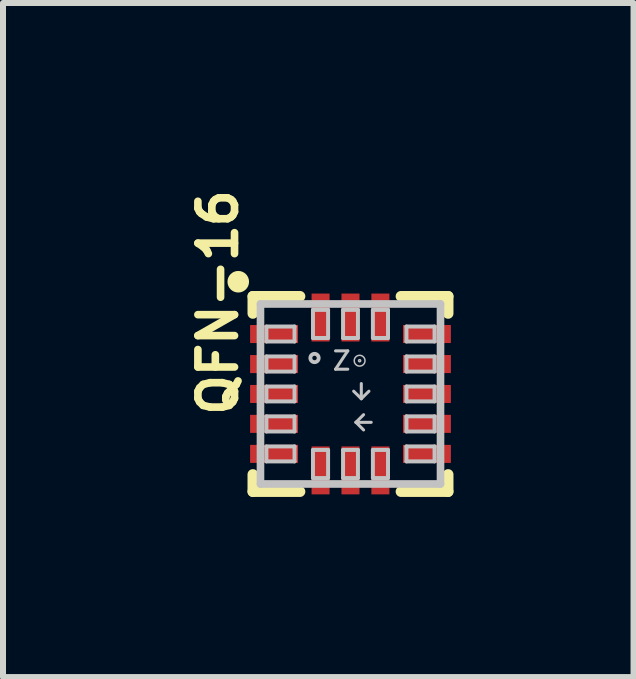
<source format=kicad_pcb>
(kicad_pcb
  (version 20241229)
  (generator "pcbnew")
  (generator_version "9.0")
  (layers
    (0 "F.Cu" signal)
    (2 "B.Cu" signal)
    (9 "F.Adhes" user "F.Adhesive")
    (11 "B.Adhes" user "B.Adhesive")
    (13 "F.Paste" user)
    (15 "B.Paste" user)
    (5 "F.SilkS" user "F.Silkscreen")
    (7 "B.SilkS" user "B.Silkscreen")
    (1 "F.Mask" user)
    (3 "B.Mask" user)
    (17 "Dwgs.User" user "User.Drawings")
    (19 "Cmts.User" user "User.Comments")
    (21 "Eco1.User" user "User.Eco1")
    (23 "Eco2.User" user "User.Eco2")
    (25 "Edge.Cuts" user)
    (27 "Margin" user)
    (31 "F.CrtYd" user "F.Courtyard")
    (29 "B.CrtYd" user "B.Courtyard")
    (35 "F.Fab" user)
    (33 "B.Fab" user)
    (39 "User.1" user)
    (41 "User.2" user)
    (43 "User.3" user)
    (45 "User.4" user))
  (footprint "QFN-16"
    (layer "F.Cu")
    (at 2.787 3.511)
    (property "Reference" "QFN-16" (at -2.207 -1.524 90) (layer "F.SilkS") (effects (font (size 0.61 0.61) (thickness 0.127))))
    (attr smd)
    (fp_line (start -1.626 -1.626) (end -0.841 -1.626) (stroke (width 0.178) (type solid)) (layer "F.SilkS"))
    (fp_line (start -1.626 -1.341) (end -1.626 -1.626) (stroke (width 0.178) (type solid)) (layer "F.SilkS"))
    (fp_line (start -1.626 1.341) (end -1.626 1.626) (stroke (width 0.178) (type solid)) (layer "F.SilkS"))
    (fp_line (start -1.626 1.626) (end -0.841 1.626) (stroke (width 0.178) (type solid)) (layer "F.SilkS"))
    (fp_line (start 1.626 -1.626) (end 0.841 -1.626) (stroke (width 0.178) (type solid)) (layer "F.SilkS"))
    (fp_line (start 1.626 -1.341) (end 1.626 -1.626) (stroke (width 0.178) (type solid)) (layer "F.SilkS"))
    (fp_line (start 1.626 1.341) (end 1.626 1.626) (stroke (width 0.178) (type solid)) (layer "F.SilkS"))
    (fp_line (start 1.626 1.626) (end 0.841 1.626) (stroke (width 0.178) (type solid)) (layer "F.SilkS"))
    (fp_circle (center -1.869 -1.869) (end -1.996 -1.996) (stroke (width 0) (type solid)) (fill yes) (layer "F.SilkS"))
    (fp_line (start -1.499 -1.499) (end 1.499 -1.499) (stroke (width 0.127) (type solid)) (layer "Dwgs.User"))
    (fp_line (start -1.499 1.499) (end -1.499 -1.499) (stroke (width 0.127) (type solid)) (layer "Dwgs.User"))
    (fp_line (start -1.4 -1.123) (end -0.932 -1.123) (stroke (width 0.066) (type solid)) (layer "Dwgs.User"))
    (fp_line (start -1.4 -0.874) (end -1.4 -1.123) (stroke (width 0.066) (type solid)) (layer "Dwgs.User"))
    (fp_line (start -1.4 -0.874) (end -0.932 -0.874) (stroke (width 0.066) (type solid)) (layer "Dwgs.User"))
    (fp_line (start -1.4 -0.625) (end -0.932 -0.625) (stroke (width 0.066) (type solid)) (layer "Dwgs.User"))
    (fp_line (start -1.4 -0.373) (end -1.4 -0.625) (stroke (width 0.066) (type solid)) (layer "Dwgs.User"))
    (fp_line (start -1.4 -0.373) (end -0.932 -0.373) (stroke (width 0.066) (type solid)) (layer "Dwgs.User"))
    (fp_line (start -1.4 -0.124) (end -0.932 -0.124) (stroke (width 0.066) (type solid)) (layer "Dwgs.User"))
    (fp_line (start -1.4 0.124) (end -1.4 -0.124) (stroke (width 0.066) (type solid)) (layer "Dwgs.User"))
    (fp_line (start -1.4 0.124) (end -0.932 0.124) (stroke (width 0.066) (type solid)) (layer "Dwgs.User"))
    (fp_line (start -1.4 0.373) (end -0.932 0.373) (stroke (width 0.066) (type solid)) (layer "Dwgs.User"))
    (fp_line (start -1.4 0.625) (end -1.4 0.373) (stroke (width 0.066) (type solid)) (layer "Dwgs.User"))
    (fp_line (start -1.4 0.625) (end -0.932 0.625) (stroke (width 0.066) (type solid)) (layer "Dwgs.User"))
    (fp_line (start -1.4 0.874) (end -0.932 0.874) (stroke (width 0.066) (type solid)) (layer "Dwgs.User"))
    (fp_line (start -1.4 1.123) (end -1.4 0.874) (stroke (width 0.066) (type solid)) (layer "Dwgs.User"))
    (fp_line (start -1.4 1.123) (end -0.932 1.123) (stroke (width 0.066) (type solid)) (layer "Dwgs.User"))
    (fp_line (start -0.932 -0.874) (end -0.932 -1.123) (stroke (width 0.066) (type solid)) (layer "Dwgs.User"))
    (fp_line (start -0.932 -0.373) (end -0.932 -0.625) (stroke (width 0.066) (type solid)) (layer "Dwgs.User"))
    (fp_line (start -0.932 0.124) (end -0.932 -0.124) (stroke (width 0.066) (type solid)) (layer "Dwgs.User"))
    (fp_line (start -0.932 0.625) (end -0.932 0.373) (stroke (width 0.066) (type solid)) (layer "Dwgs.User"))
    (fp_line (start -0.932 1.123) (end -0.932 0.874) (stroke (width 0.066) (type solid)) (layer "Dwgs.User"))
    (fp_line (start -0.625 -1.4) (end -0.373 -1.4) (stroke (width 0.066) (type solid)) (layer "Dwgs.User"))
    (fp_line (start -0.625 -0.932) (end -0.625 -1.4) (stroke (width 0.066) (type solid)) (layer "Dwgs.User"))
    (fp_line (start -0.625 -0.932) (end -0.373 -0.932) (stroke (width 0.066) (type solid)) (layer "Dwgs.User"))
    (fp_line (start -0.625 0.932) (end -0.373 0.932) (stroke (width 0.066) (type solid)) (layer "Dwgs.User"))
    (fp_line (start -0.625 1.4) (end -0.625 0.932) (stroke (width 0.066) (type solid)) (layer "Dwgs.User"))
    (fp_line (start -0.625 1.4) (end -0.373 1.4) (stroke (width 0.066) (type solid)) (layer "Dwgs.User"))
    (fp_line (start -0.373 -0.932) (end -0.373 -1.4) (stroke (width 0.066) (type solid)) (layer "Dwgs.User"))
    (fp_line (start -0.373 1.4) (end -0.373 0.932) (stroke (width 0.066) (type solid)) (layer "Dwgs.User"))
    (fp_line (start -0.124 -1.4) (end 0.124 -1.4) (stroke (width 0.066) (type solid)) (layer "Dwgs.User"))
    (fp_line (start -0.124 -0.932) (end -0.124 -1.4) (stroke (width 0.066) (type solid)) (layer "Dwgs.User"))
    (fp_line (start -0.124 -0.932) (end 0.124 -0.932) (stroke (width 0.066) (type solid)) (layer "Dwgs.User"))
    (fp_line (start -0.124 0.932) (end 0.124 0.932) (stroke (width 0.066) (type solid)) (layer "Dwgs.User"))
    (fp_line (start -0.124 1.4) (end -0.124 0.932) (stroke (width 0.066) (type solid)) (layer "Dwgs.User"))
    (fp_line (start -0.124 1.4) (end 0.124 1.4) (stroke (width 0.066) (type solid)) (layer "Dwgs.User"))
    (fp_line (start 0.091 0.472) (end 0.218 0.345) (stroke (width 0.051) (type solid)) (layer "Dwgs.User"))
    (fp_line (start 0.091 0.472) (end 0.218 0.599) (stroke (width 0.051) (type solid)) (layer "Dwgs.User"))
    (fp_line (start 0.124 -0.932) (end 0.124 -1.4) (stroke (width 0.066) (type solid)) (layer "Dwgs.User"))
    (fp_line (start 0.124 1.4) (end 0.124 0.932) (stroke (width 0.066) (type solid)) (layer "Dwgs.User"))
    (fp_line (start 0.18 -0.173) (end 0.18 0.079) (stroke (width 0.051) (type solid)) (layer "Dwgs.User"))
    (fp_line (start 0.18 0.079) (end 0.053 -0.046) (stroke (width 0.051) (type solid)) (layer "Dwgs.User"))
    (fp_line (start 0.18 0.079) (end 0.307 -0.046) (stroke (width 0.051) (type solid)) (layer "Dwgs.User"))
    (fp_line (start 0.345 0.472) (end 0.091 0.472) (stroke (width 0.051) (type solid)) (layer "Dwgs.User"))
    (fp_line (start 0.373 -1.4) (end 0.625 -1.4) (stroke (width 0.066) (type solid)) (layer "Dwgs.User"))
    (fp_line (start 0.373 -0.932) (end 0.373 -1.4) (stroke (width 0.066) (type solid)) (layer "Dwgs.User"))
    (fp_line (start 0.373 -0.932) (end 0.625 -0.932) (stroke (width 0.066) (type solid)) (layer "Dwgs.User"))
    (fp_line (start 0.373 0.932) (end 0.625 0.932) (stroke (width 0.066) (type solid)) (layer "Dwgs.User"))
    (fp_line (start 0.373 1.4) (end 0.373 0.932) (stroke (width 0.066) (type solid)) (layer "Dwgs.User"))
    (fp_line (start 0.373 1.4) (end 0.625 1.4) (stroke (width 0.066) (type solid)) (layer "Dwgs.User"))
    (fp_line (start 0.625 -0.932) (end 0.625 -1.4) (stroke (width 0.066) (type solid)) (layer "Dwgs.User"))
    (fp_line (start 0.625 1.4) (end 0.625 0.932) (stroke (width 0.066) (type solid)) (layer "Dwgs.User"))
    (fp_line (start 0.932 -1.123) (end 1.4 -1.123) (stroke (width 0.066) (type solid)) (layer "Dwgs.User"))
    (fp_line (start 0.932 -0.874) (end 0.932 -1.123) (stroke (width 0.066) (type solid)) (layer "Dwgs.User"))
    (fp_line (start 0.932 -0.874) (end 1.4 -0.874) (stroke (width 0.066) (type solid)) (layer "Dwgs.User"))
    (fp_line (start 0.932 -0.625) (end 1.4 -0.625) (stroke (width 0.066) (type solid)) (layer "Dwgs.User"))
    (fp_line (start 0.932 -0.373) (end 0.932 -0.625) (stroke (width 0.066) (type solid)) (layer "Dwgs.User"))
    (fp_line (start 0.932 -0.373) (end 1.4 -0.373) (stroke (width 0.066) (type solid)) (layer "Dwgs.User"))
    (fp_line (start 0.932 -0.124) (end 1.4 -0.124) (stroke (width 0.066) (type solid)) (layer "Dwgs.User"))
    (fp_line (start 0.932 0.124) (end 0.932 -0.124) (stroke (width 0.066) (type solid)) (layer "Dwgs.User"))
    (fp_line (start 0.932 0.124) (end 1.4 0.124) (stroke (width 0.066) (type solid)) (layer "Dwgs.User"))
    (fp_line (start 0.932 0.373) (end 1.4 0.373) (stroke (width 0.066) (type solid)) (layer "Dwgs.User"))
    (fp_line (start 0.932 0.625) (end 0.932 0.373) (stroke (width 0.066) (type solid)) (layer "Dwgs.User"))
    (fp_line (start 0.932 0.625) (end 1.4 0.625) (stroke (width 0.066) (type solid)) (layer "Dwgs.User"))
    (fp_line (start 0.932 0.874) (end 1.4 0.874) (stroke (width 0.066) (type solid)) (layer "Dwgs.User"))
    (fp_line (start 0.932 1.123) (end 0.932 0.874) (stroke (width 0.066) (type solid)) (layer "Dwgs.User"))
    (fp_line (start 0.932 1.123) (end 1.4 1.123) (stroke (width 0.066) (type solid)) (layer "Dwgs.User"))
    (fp_line (start 1.4 -0.874) (end 1.4 -1.123) (stroke (width 0.066) (type solid)) (layer "Dwgs.User"))
    (fp_line (start 1.4 -0.373) (end 1.4 -0.625) (stroke (width 0.066) (type solid)) (layer "Dwgs.User"))
    (fp_line (start 1.4 0.124) (end 1.4 -0.124) (stroke (width 0.066) (type solid)) (layer "Dwgs.User"))
    (fp_line (start 1.4 0.625) (end 1.4 0.373) (stroke (width 0.066) (type solid)) (layer "Dwgs.User"))
    (fp_line (start 1.4 1.123) (end 1.4 0.874) (stroke (width 0.066) (type solid)) (layer "Dwgs.User"))
    (fp_line (start 1.499 -1.499) (end 1.499 1.499) (stroke (width 0.127) (type solid)) (layer "Dwgs.User"))
    (fp_line (start 1.499 1.499) (end -1.499 1.499) (stroke (width 0.127) (type solid)) (layer "Dwgs.User"))
    (fp_circle (center -0.599 -0.599) (end -0.648 -0.648) (stroke (width 0.064) (type solid)) (fill no) (layer "Dwgs.User"))
    (fp_circle (center 0.152 -0.554) (end 0.165 -0.566) (stroke (width 0.025) (type solid)) (fill no) (layer "Dwgs.User"))
    (fp_circle (center 0.152 -0.554) (end 0.216 -0.617) (stroke (width 0.025) (type solid)) (fill no) (layer "Dwgs.User"))
    (fp_text user "Z" (at -0.147 -0.551 0) (layer "Dwgs.User") (effects (font (size 0.305 0.305) (thickness 0.051))))
    (pad "1" smd rect (at -1.273 -0.998 270) (size 0.3 0.798) (layers "F.Cu" "F.Mask" "F.Paste"))
    (pad "2" smd rect (at -1.273 -0.498 270) (size 0.3 0.798) (layers "F.Cu" "F.Mask" "F.Paste"))
    (pad "3" smd rect (at -1.273 0 270) (size 0.3 0.798) (layers "F.Cu" "F.Mask" "F.Paste"))
    (pad "4" smd rect (at -1.273 0.498 270) (size 0.3 0.798) (layers "F.Cu" "F.Mask" "F.Paste"))
    (pad "5" smd rect (at -1.273 0.998 270) (size 0.3 0.798) (layers "F.Cu" "F.Mask" "F.Paste"))
    (pad "6" smd rect (at -0.498 1.273) (size 0.3 0.798) (layers "F.Cu" "F.Mask" "F.Paste"))
    (pad "7" smd rect (at 0 1.273) (size 0.3 0.798) (layers "F.Cu" "F.Mask" "F.Paste"))
    (pad "8" smd rect (at 0.498 1.273) (size 0.3 0.798) (layers "F.Cu" "F.Mask" "F.Paste"))
    (pad "9" smd rect (at 1.273 0.998 90) (size 0.3 0.798) (layers "F.Cu" "F.Mask" "F.Paste"))
    (pad "10" smd rect (at 1.273 0.498 90) (size 0.3 0.798) (layers "F.Cu" "F.Mask" "F.Paste"))
    (pad "11" smd rect (at 1.273 0 90) (size 0.3 0.798) (layers "F.Cu" "F.Mask" "F.Paste"))
    (pad "12" smd rect (at 1.273 -0.498 90) (size 0.3 0.798) (layers "F.Cu" "F.Mask" "F.Paste"))
    (pad "13" smd rect (at 1.273 -0.998 90) (size 0.3 0.798) (layers "F.Cu" "F.Mask" "F.Paste"))
    (pad "14" smd rect (at 0.498 -1.273 180) (size 0.3 0.798) (layers "F.Cu" "F.Mask" "F.Paste"))
    (pad "15" smd rect (at 0 -1.273 180) (size 0.3 0.798) (layers "F.Cu" "F.Mask" "F.Paste"))
    (pad "16" smd rect (at -0.498 -1.273 180) (size 0.3 0.798) (layers "F.Cu" "F.Mask" "F.Paste")))
  (gr_rect
    (start -3 -3)
    (end 7.501 8.226)
    (stroke (width 0.1) (type default))
    (fill no)
    (layer "Edge.Cuts")))
</source>
